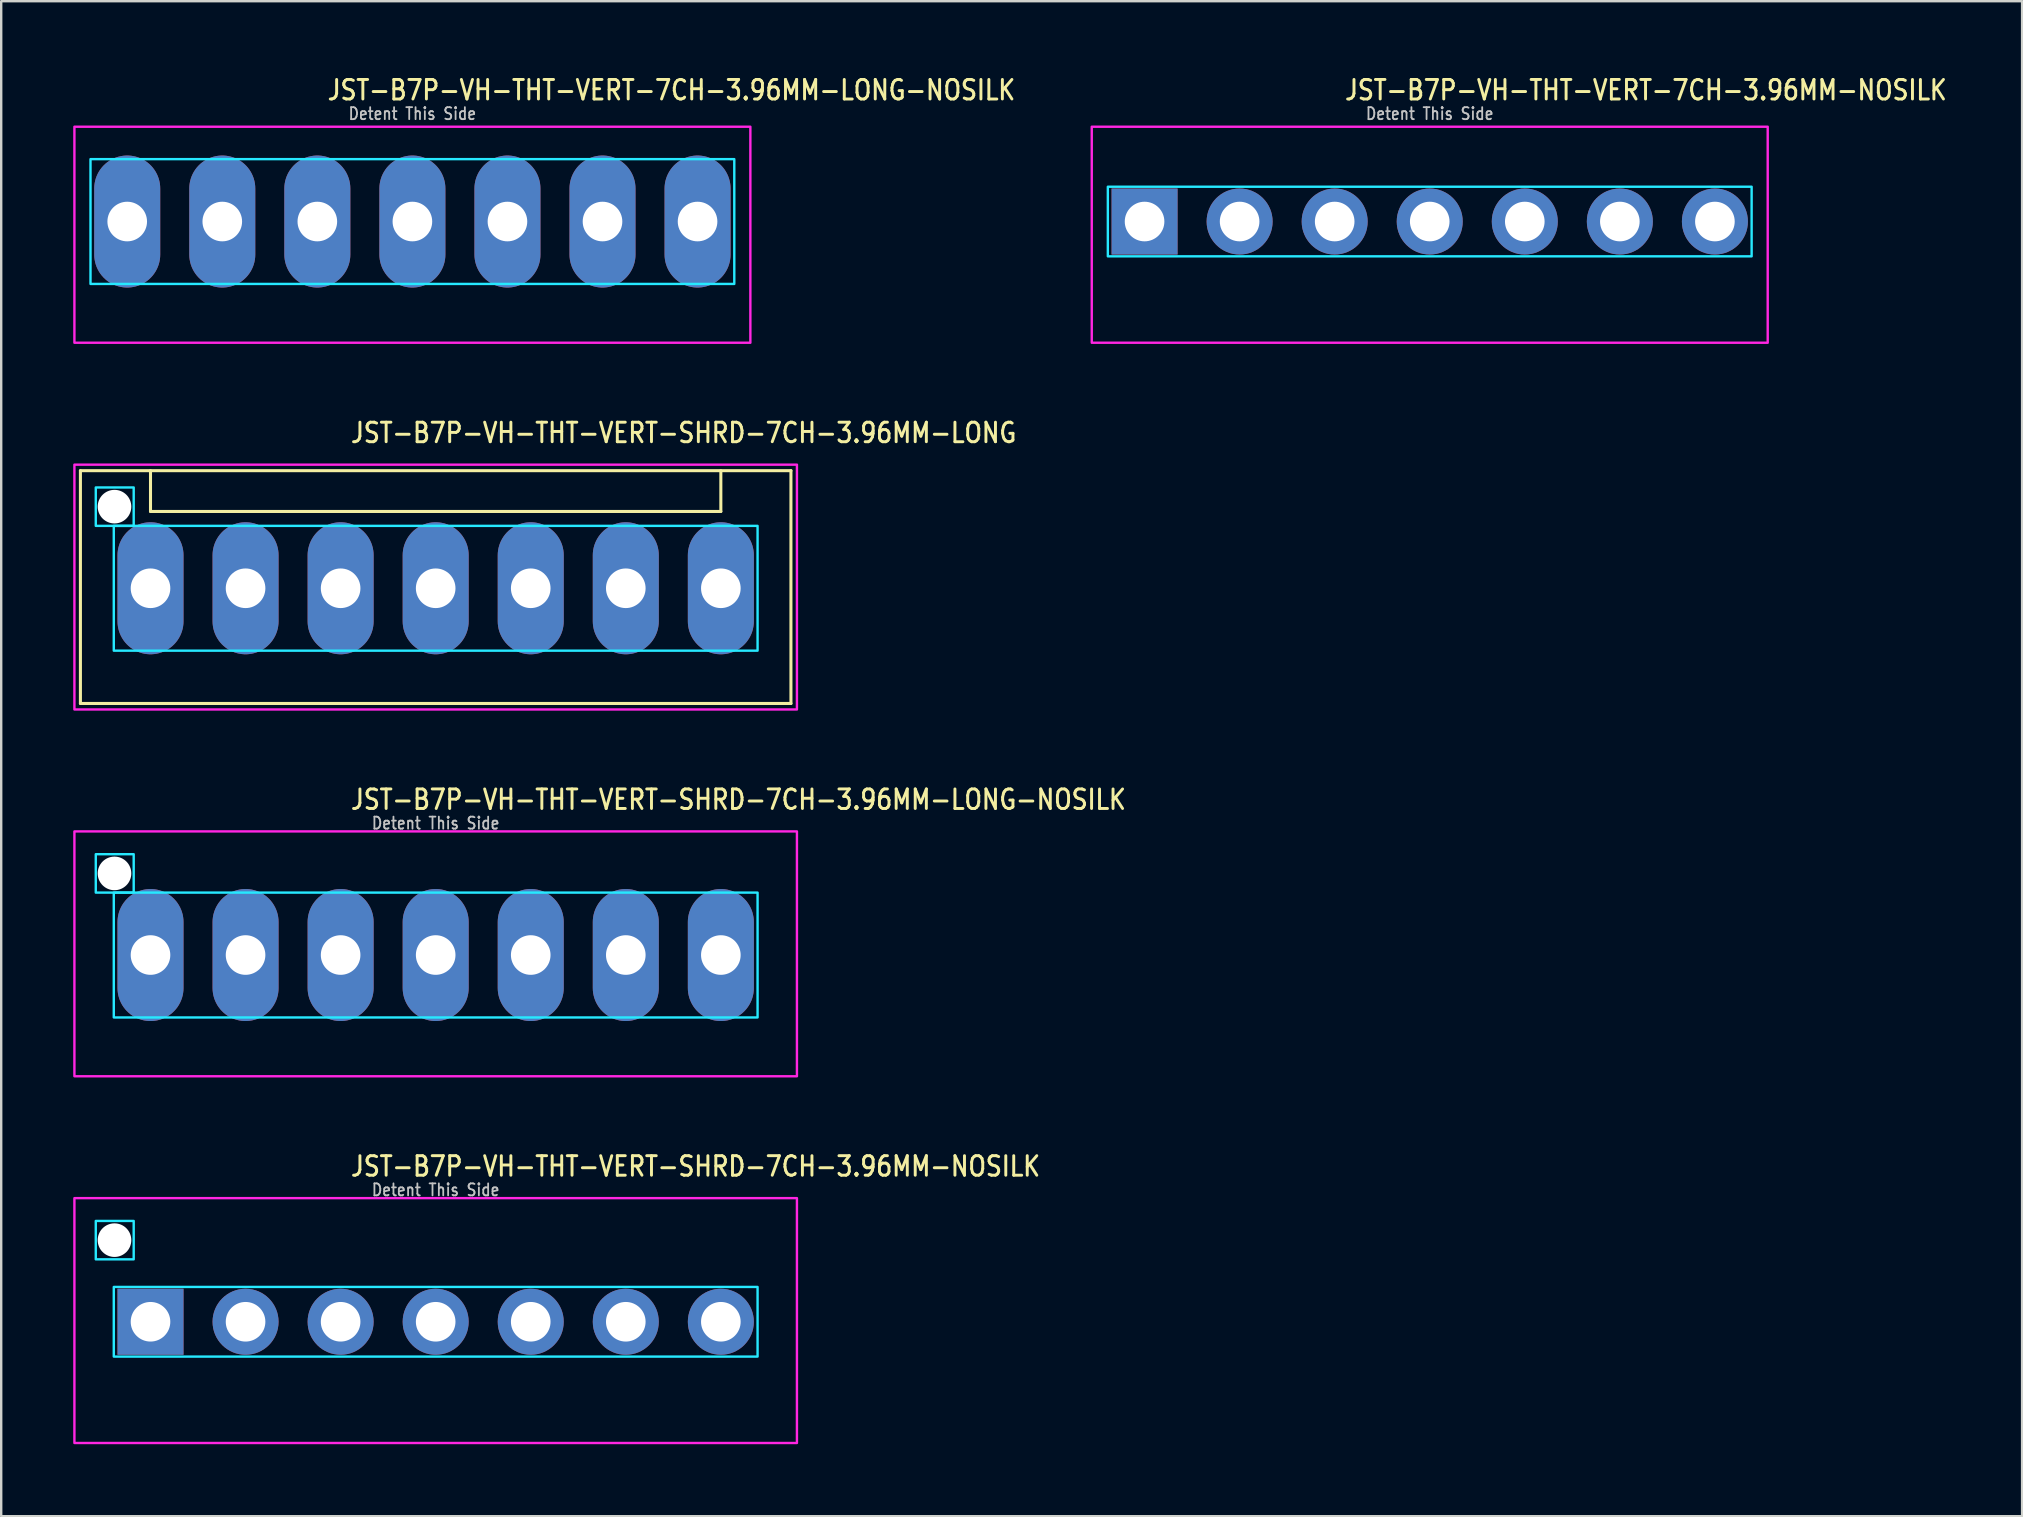
<source format=kicad_pcb>
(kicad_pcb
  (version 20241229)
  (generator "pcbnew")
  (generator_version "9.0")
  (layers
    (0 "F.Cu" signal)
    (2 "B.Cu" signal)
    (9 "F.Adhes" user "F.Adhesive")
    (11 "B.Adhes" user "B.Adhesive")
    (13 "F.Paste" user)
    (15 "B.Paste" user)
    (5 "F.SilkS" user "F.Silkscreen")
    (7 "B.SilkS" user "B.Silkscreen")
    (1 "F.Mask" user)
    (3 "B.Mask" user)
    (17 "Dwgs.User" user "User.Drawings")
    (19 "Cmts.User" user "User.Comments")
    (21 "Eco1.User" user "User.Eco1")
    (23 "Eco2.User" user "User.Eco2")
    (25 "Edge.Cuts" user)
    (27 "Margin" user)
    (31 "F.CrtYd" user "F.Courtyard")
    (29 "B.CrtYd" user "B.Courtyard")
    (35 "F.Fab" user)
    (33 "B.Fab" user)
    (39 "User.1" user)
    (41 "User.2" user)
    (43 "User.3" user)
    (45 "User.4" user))
  (footprint "JST-B7P-VH-THT-VERT-SHRD-7CH-3.96MM-NOSILK"
    (layer "F.Cu")
    (at 15.1 52.014)
    (property "Reference" "JST-B7P-VH-THT-VERT-SHRD-7CH-3.96MM-NOSILK" (at -3.6 -6 0) (unlocked yes) (layer "F.SilkS") (effects (font (size 0.813 0.695) (thickness 0.122)) (justify left bottom)))
    (fp_poly (pts (xy -13.41 -1.45) (xy -13.41 1.45) (xy 13.41 1.45) (xy 13.41 -1.45)) (stroke (width 0.1) (type solid)) (fill no) (layer "B.CrtYd"))
    (fp_poly (pts (xy -12.58 -4.2) (xy -12.58 -2.6) (xy -14.16 -2.6) (xy -14.16 -4.2)) (stroke (width 0.1) (type solid)) (fill no) (layer "B.CrtYd"))
    (fp_poly (pts (xy -15.05 -5.15) (xy -15.05 5.05) (xy 15.05 5.05) (xy 15.05 -5.15)) (stroke (width 0.1) (type solid)) (fill no) (layer "F.CrtYd"))
    (fp_text user "Detent This Side" (at 0 -5.2 0) (unlocked yes) (layer "Dwgs.User") (effects (font (size 0.5 0.427) (thickness 0.075)) (justify bottom)))
    (pad "" np_thru_hole circle (at -13.38 -3.4) (size 1.4 1.4) (drill 1.4) (layers "*.Cu" "*.Mask"))
    (pad "1" thru_hole rect (at -11.88 0) (size 2.75 2.75) (drill 1.65) (layers "*.Cu" "*.Mask"))
    (pad "2" thru_hole oval (at -7.92 0) (size 2.75 2.75) (drill 1.65) (layers "*.Cu" "*.Mask"))
    (pad "3" thru_hole oval (at -3.96 0) (size 2.75 2.75) (drill 1.65) (layers "*.Cu" "*.Mask"))
    (pad "4" thru_hole oval (at 0 0) (size 2.75 2.75) (drill 1.65) (layers "*.Cu" "*.Mask"))
    (pad "5" thru_hole oval (at 3.96 0) (size 2.75 2.75) (drill 1.65) (layers "*.Cu" "*.Mask"))
    (pad "6" thru_hole oval (at 7.92 0) (size 2.75 2.75) (drill 1.65) (layers "*.Cu" "*.Mask"))
    (pad "7" thru_hole oval (at 11.88 0) (size 2.75 2.75) (drill 1.65) (layers "*.Cu" "*.Mask")))
  (footprint "JST-B7P-VH-THT-VERT-7CH-3.96MM-NOSILK"
    (layer "F.Cu")
    (at 56.512 6.179)
    (property "Reference" "JST-B7P-VH-THT-VERT-7CH-3.96MM-NOSILK" (at -3.6 -5 0) (unlocked yes) (layer "F.SilkS") (effects (font (size 0.813 0.695) (thickness 0.122)) (justify left bottom)))
    (fp_poly (pts (xy -13.41 -1.45) (xy -13.41 1.45) (xy 13.41 1.45) (xy 13.41 -1.45)) (stroke (width 0.1) (type solid)) (fill no) (layer "B.CrtYd"))
    (fp_poly (pts (xy -14.08 -3.95) (xy -14.08 5.05) (xy 14.08 5.05) (xy 14.08 -3.95)) (stroke (width 0.1) (type solid)) (fill no) (layer "F.CrtYd"))
    (fp_text user "Detent This Side" (at 0 -4.2 0) (unlocked yes) (layer "Dwgs.User") (effects (font (size 0.5 0.427) (thickness 0.075)) (justify bottom)))
    (pad "1" thru_hole rect (at -11.88 0) (size 2.75 2.75) (drill 1.65) (layers "*.Cu" "*.Mask"))
    (pad "2" thru_hole oval (at -7.92 0) (size 2.75 2.75) (drill 1.65) (layers "*.Cu" "*.Mask"))
    (pad "3" thru_hole oval (at -3.96 0) (size 2.75 2.75) (drill 1.65) (layers "*.Cu" "*.Mask"))
    (pad "4" thru_hole oval (at 0 0) (size 2.75 2.75) (drill 1.65) (layers "*.Cu" "*.Mask"))
    (pad "5" thru_hole oval (at 3.96 0) (size 2.75 2.75) (drill 1.65) (layers "*.Cu" "*.Mask"))
    (pad "6" thru_hole oval (at 7.92 0) (size 2.75 2.75) (drill 1.65) (layers "*.Cu" "*.Mask"))
    (pad "7" thru_hole oval (at 11.88 0) (size 2.75 2.75) (drill 1.65) (layers "*.Cu" "*.Mask")))
  (footprint "JST-B7P-VH-THT-VERT-7CH-3.96MM-LONG-NOSILK"
    (layer "F.Cu")
    (at 14.13 6.179)
    (property "Reference" "JST-B7P-VH-THT-VERT-7CH-3.96MM-LONG-NOSILK" (at -3.6 -5 0) (unlocked yes) (layer "F.SilkS") (effects (font (size 0.813 0.695) (thickness 0.122)) (justify left bottom)))
    (fp_poly (pts (xy -13.41 -2.6) (xy -13.41 2.6) (xy 13.41 2.6) (xy 13.41 -2.6)) (stroke (width 0.1) (type solid)) (fill no) (layer "B.CrtYd"))
    (fp_poly (pts (xy -14.08 -3.95) (xy -14.08 5.05) (xy 14.08 5.05) (xy 14.08 -3.95)) (stroke (width 0.1) (type solid)) (fill no) (layer "F.CrtYd"))
    (fp_text user "Detent This Side" (at 0 -4.2 0) (unlocked yes) (layer "Dwgs.User") (effects (font (size 0.5 0.427) (thickness 0.075)) (justify bottom)))
    (pad "1" thru_hole oval (at -11.88 0 90) (size 5.5 2.75) (drill 1.65) (layers "*.Cu" "*.Mask"))
    (pad "2" thru_hole oval (at -7.92 0 90) (size 5.5 2.75) (drill 1.65) (layers "*.Cu" "*.Mask"))
    (pad "3" thru_hole oval (at -3.96 0 90) (size 5.5 2.75) (drill 1.65) (layers "*.Cu" "*.Mask"))
    (pad "4" thru_hole oval (at 0 0 90) (size 5.5 2.75) (drill 1.65) (layers "*.Cu" "*.Mask"))
    (pad "5" thru_hole oval (at 3.96 0 90) (size 5.5 2.75) (drill 1.65) (layers "*.Cu" "*.Mask"))
    (pad "6" thru_hole oval (at 7.92 0 90) (size 5.5 2.75) (drill 1.65) (layers "*.Cu" "*.Mask"))
    (pad "7" thru_hole oval (at 11.88 0 90) (size 5.5 2.75) (drill 1.65) (layers "*.Cu" "*.Mask")))
  (footprint "JST-B7P-VH-THT-VERT-SHRD-7CH-3.96MM-LONG-NOSILK"
    (layer "F.Cu")
    (at 15.1 36.736)
    (property "Reference" "JST-B7P-VH-THT-VERT-SHRD-7CH-3.96MM-LONG-NOSILK" (at -3.6 -6 0) (unlocked yes) (layer "F.SilkS") (effects (font (size 0.813 0.695) (thickness 0.122)) (justify left bottom)))
    (fp_poly (pts (xy -13.41 -2.6) (xy -13.41 2.6) (xy 13.41 2.6) (xy 13.41 -2.6)) (stroke (width 0.1) (type solid)) (fill no) (layer "B.CrtYd"))
    (fp_poly (pts (xy -12.58 -4.2) (xy -12.58 -2.6) (xy -14.16 -2.6) (xy -14.16 -4.2)) (stroke (width 0.1) (type solid)) (fill no) (layer "B.CrtYd"))
    (fp_poly (pts (xy -15.05 -5.15) (xy -15.05 5.05) (xy 15.05 5.05) (xy 15.05 -5.15)) (stroke (width 0.1) (type solid)) (fill no) (layer "F.CrtYd"))
    (fp_text user "Detent This Side" (at 0 -5.2 0) (unlocked yes) (layer "Dwgs.User") (effects (font (size 0.5 0.427) (thickness 0.075)) (justify bottom)))
    (pad "" np_thru_hole circle (at -13.38 -3.4) (size 1.4 1.4) (drill 1.4) (layers "*.Cu" "*.Mask"))
    (pad "1" thru_hole oval (at -11.88 0 90) (size 5.5 2.75) (drill 1.65) (layers "*.Cu" "*.Mask"))
    (pad "2" thru_hole oval (at -7.92 0 90) (size 5.5 2.75) (drill 1.65) (layers "*.Cu" "*.Mask"))
    (pad "3" thru_hole oval (at -3.96 0 90) (size 5.5 2.75) (drill 1.65) (layers "*.Cu" "*.Mask"))
    (pad "4" thru_hole oval (at 0 0 90) (size 5.5 2.75) (drill 1.65) (layers "*.Cu" "*.Mask"))
    (pad "5" thru_hole oval (at 3.96 0 90) (size 5.5 2.75) (drill 1.65) (layers "*.Cu" "*.Mask"))
    (pad "6" thru_hole oval (at 7.92 0 90) (size 5.5 2.75) (drill 1.65) (layers "*.Cu" "*.Mask"))
    (pad "7" thru_hole oval (at 11.88 0 90) (size 5.5 2.75) (drill 1.65) (layers "*.Cu" "*.Mask")))
  (footprint "JST-B7P-VH-THT-VERT-SHRD-7CH-3.96MM-LONG"
    (layer "F.Cu")
    (at 15.1 21.457)
    (property "Reference" "JST-B7P-VH-THT-VERT-SHRD-7CH-3.96MM-LONG" (at -3.6 -6 0) (unlocked yes) (layer "F.SilkS") (effects (font (size 0.813 0.695) (thickness 0.122)) (justify left bottom)))
    (fp_line (start -14.8 -4.9) (end 14.8 -4.9) (stroke (width 0.127) (type solid)) (layer "F.SilkS"))
    (fp_line (start -14.8 4.8) (end -14.8 -4.9) (stroke (width 0.127) (type solid)) (layer "F.SilkS"))
    (fp_line (start -14.8 4.8) (end 14.8 4.8) (stroke (width 0.127) (type solid)) (layer "F.SilkS"))
    (fp_line (start -11.88 -4.9) (end -11.88 -3.2) (stroke (width 0.127) (type solid)) (layer "F.SilkS"))
    (fp_line (start -11.88 -3.2) (end 11.88 -3.2) (stroke (width 0.127) (type solid)) (layer "F.SilkS"))
    (fp_line (start 11.88 -4.9) (end 11.88 -3.2) (stroke (width 0.127) (type solid)) (layer "F.SilkS"))
    (fp_line (start 14.8 -4.9) (end 14.8 4.8) (stroke (width 0.127) (type solid)) (layer "F.SilkS"))
    (fp_poly (pts (xy -13.41 -2.6) (xy -13.41 2.6) (xy 13.41 2.6) (xy 13.41 -2.6)) (stroke (width 0.1) (type solid)) (fill no) (layer "B.CrtYd"))
    (fp_poly (pts (xy -12.58 -4.2) (xy -12.58 -2.6) (xy -14.16 -2.6) (xy -14.16 -4.2)) (stroke (width 0.1) (type solid)) (fill no) (layer "B.CrtYd"))
    (fp_poly (pts (xy -15.05 -5.15) (xy -15.05 5.05) (xy 15.05 5.05) (xy 15.05 -5.15)) (stroke (width 0.1) (type solid)) (fill no) (layer "F.CrtYd"))
    (pad "" np_thru_hole circle (at -13.38 -3.4) (size 1.4 1.4) (drill 1.4) (layers "*.Cu" "*.Mask"))
    (pad "1" thru_hole oval (at -11.88 0 90) (size 5.5 2.75) (drill 1.65) (layers "*.Cu" "*.Mask"))
    (pad "2" thru_hole oval (at -7.92 0 90) (size 5.5 2.75) (drill 1.65) (layers "*.Cu" "*.Mask"))
    (pad "3" thru_hole oval (at -3.96 0 90) (size 5.5 2.75) (drill 1.65) (layers "*.Cu" "*.Mask"))
    (pad "4" thru_hole oval (at 0 0 90) (size 5.5 2.75) (drill 1.65) (layers "*.Cu" "*.Mask"))
    (pad "5" thru_hole oval (at 3.96 0 90) (size 5.5 2.75) (drill 1.65) (layers "*.Cu" "*.Mask"))
    (pad "6" thru_hole oval (at 7.92 0 90) (size 5.5 2.75) (drill 1.65) (layers "*.Cu" "*.Mask"))
    (pad "7" thru_hole oval (at 11.88 0 90) (size 5.5 2.75) (drill 1.65) (layers "*.Cu" "*.Mask")))
  (gr_rect
    (start -3 -3)
    (end 81.19 60.114)
    (stroke (width 0.1) (type default))
    (fill no)
    (layer "Edge.Cuts")))
</source>
